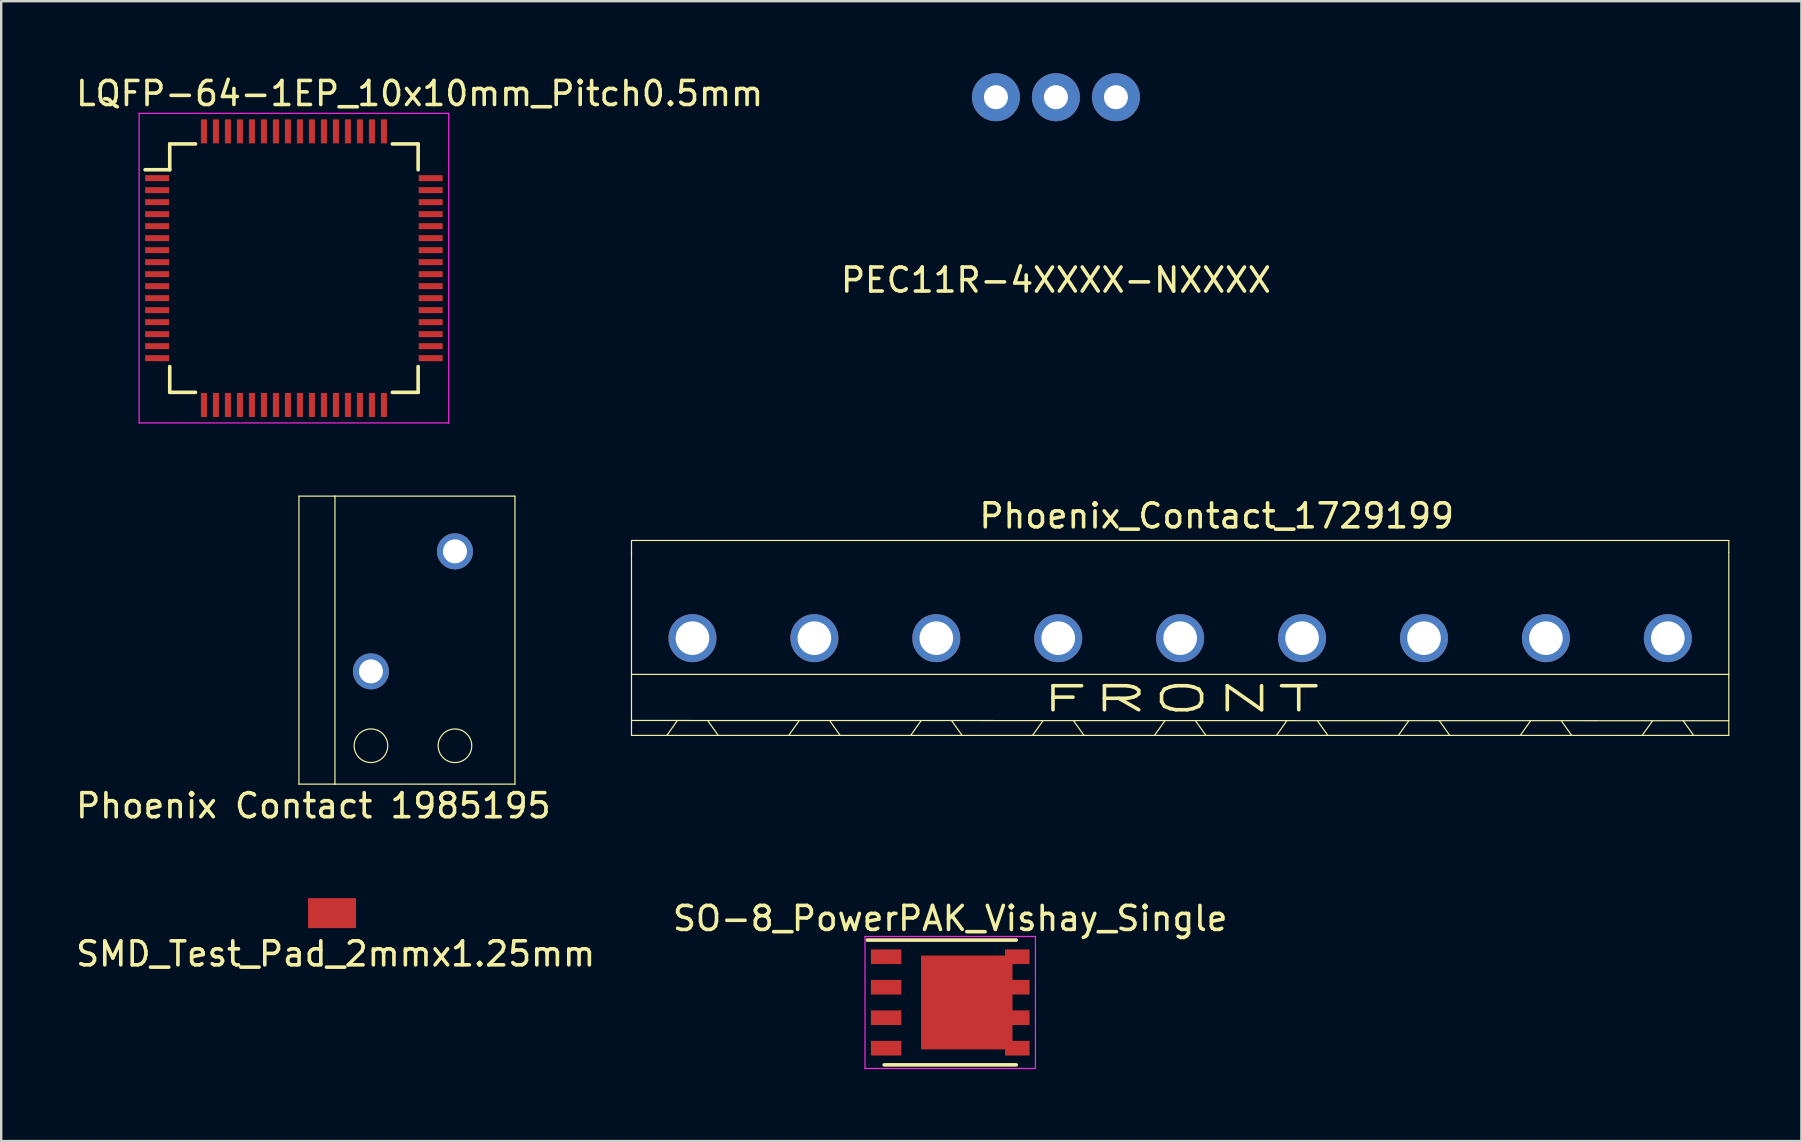
<source format=kicad_pcb>
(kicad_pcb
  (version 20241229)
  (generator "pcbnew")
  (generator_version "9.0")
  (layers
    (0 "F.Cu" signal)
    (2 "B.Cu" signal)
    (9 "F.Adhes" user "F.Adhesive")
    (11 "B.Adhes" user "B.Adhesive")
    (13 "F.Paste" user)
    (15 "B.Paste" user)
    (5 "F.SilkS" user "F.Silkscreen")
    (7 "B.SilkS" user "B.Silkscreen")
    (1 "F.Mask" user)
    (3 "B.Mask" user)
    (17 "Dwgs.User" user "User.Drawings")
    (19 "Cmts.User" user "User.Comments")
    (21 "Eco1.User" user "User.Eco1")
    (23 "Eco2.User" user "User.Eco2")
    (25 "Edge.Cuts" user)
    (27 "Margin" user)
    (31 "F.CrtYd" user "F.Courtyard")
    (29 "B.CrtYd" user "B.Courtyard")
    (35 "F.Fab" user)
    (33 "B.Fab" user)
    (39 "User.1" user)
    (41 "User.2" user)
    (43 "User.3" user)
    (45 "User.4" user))
  (footprint "LQFP-64-1EP_10x10mm_Pitch0.5mm"
    (layer "F.Cu")
    (at 9.197 8.123)
    (property "Reference" "LQFP-64-1EP_10x10mm_Pitch0.5mm" (at 5.237 -7.275 0) (layer "F.SilkS") (effects (font (size 1 1) (thickness 0.15))))
    (attr smd)
    (fp_line (start -5.175 -5.175) (end -5.175 -4.1) (stroke (width 0.15) (type solid)) (layer "F.SilkS"))
    (fp_line (start -5.175 -5.175) (end -4.1 -5.175) (stroke (width 0.15) (type solid)) (layer "F.SilkS"))
    (fp_line (start -5.175 -4.1) (end -6.2 -4.1) (stroke (width 0.15) (type solid)) (layer "F.SilkS"))
    (fp_line (start -5.175 5.175) (end -5.175 4.1) (stroke (width 0.15) (type solid)) (layer "F.SilkS"))
    (fp_line (start -5.175 5.175) (end -4.1 5.175) (stroke (width 0.15) (type solid)) (layer "F.SilkS"))
    (fp_line (start 5.175 -5.175) (end 4.1 -5.175) (stroke (width 0.15) (type solid)) (layer "F.SilkS"))
    (fp_line (start 5.175 -5.175) (end 5.175 -4.1) (stroke (width 0.15) (type solid)) (layer "F.SilkS"))
    (fp_line (start 5.175 5.175) (end 4.1 5.175) (stroke (width 0.15) (type solid)) (layer "F.SilkS"))
    (fp_line (start 5.175 5.175) (end 5.175 4.1) (stroke (width 0.15) (type solid)) (layer "F.SilkS"))
    (fp_line (start -6.45 -6.45) (end -6.45 6.45) (stroke (width 0.05) (type solid)) (layer "F.CrtYd"))
    (fp_line (start -6.45 -6.45) (end 6.45 -6.45) (stroke (width 0.05) (type solid)) (layer "F.CrtYd"))
    (fp_line (start -6.45 6.45) (end 6.45 6.45) (stroke (width 0.05) (type solid)) (layer "F.CrtYd"))
    (fp_line (start 6.45 -6.45) (end 6.45 6.45) (stroke (width 0.05) (type solid)) (layer "F.CrtYd"))
    (pad "1" smd rect (at -5.7 -3.75) (size 1 0.25) (layers "F.Cu" "F.Mask" "F.Paste"))
    (pad "2" smd rect (at -5.7 -3.25) (size 1 0.25) (layers "F.Cu" "F.Mask" "F.Paste"))
    (pad "3" smd rect (at -5.7 -2.75) (size 1 0.25) (layers "F.Cu" "F.Mask" "F.Paste"))
    (pad "4" smd rect (at -5.7 -2.25) (size 1 0.25) (layers "F.Cu" "F.Mask" "F.Paste"))
    (pad "5" smd rect (at -5.7 -1.75) (size 1 0.25) (layers "F.Cu" "F.Mask" "F.Paste"))
    (pad "6" smd rect (at -5.7 -1.25) (size 1 0.25) (layers "F.Cu" "F.Mask" "F.Paste"))
    (pad "7" smd rect (at -5.7 -0.75) (size 1 0.25) (layers "F.Cu" "F.Mask" "F.Paste"))
    (pad "8" smd rect (at -5.7 -0.25) (size 1 0.25) (layers "F.Cu" "F.Mask" "F.Paste"))
    (pad "9" smd rect (at -5.7 0.25) (size 1 0.25) (layers "F.Cu" "F.Mask" "F.Paste"))
    (pad "10" smd rect (at -5.7 0.75) (size 1 0.25) (layers "F.Cu" "F.Mask" "F.Paste"))
    (pad "11" smd rect (at -5.7 1.25) (size 1 0.25) (layers "F.Cu" "F.Mask" "F.Paste"))
    (pad "12" smd rect (at -5.7 1.75) (size 1 0.25) (layers "F.Cu" "F.Mask" "F.Paste"))
    (pad "13" smd rect (at -5.7 2.25) (size 1 0.25) (layers "F.Cu" "F.Mask" "F.Paste"))
    (pad "14" smd rect (at -5.7 2.75) (size 1 0.25) (layers "F.Cu" "F.Mask" "F.Paste"))
    (pad "15" smd rect (at -5.7 3.25) (size 1 0.25) (layers "F.Cu" "F.Mask" "F.Paste"))
    (pad "16" smd rect (at -5.7 3.75) (size 1 0.25) (layers "F.Cu" "F.Mask" "F.Paste"))
    (pad "17" smd rect (at -3.75 5.7 90) (size 1 0.25) (layers "F.Cu" "F.Mask" "F.Paste"))
    (pad "18" smd rect (at -3.25 5.7 90) (size 1 0.25) (layers "F.Cu" "F.Mask" "F.Paste"))
    (pad "19" smd rect (at -2.75 5.7 90) (size 1 0.25) (layers "F.Cu" "F.Mask" "F.Paste"))
    (pad "20" smd rect (at -2.25 5.7 90) (size 1 0.25) (layers "F.Cu" "F.Mask" "F.Paste"))
    (pad "21" smd rect (at -1.75 5.7 90) (size 1 0.25) (layers "F.Cu" "F.Mask" "F.Paste"))
    (pad "22" smd rect (at -1.25 5.7 90) (size 1 0.25) (layers "F.Cu" "F.Mask" "F.Paste"))
    (pad "23" smd rect (at -0.75 5.7 90) (size 1 0.25) (layers "F.Cu" "F.Mask" "F.Paste"))
    (pad "24" smd rect (at -0.25 5.7 90) (size 1 0.25) (layers "F.Cu" "F.Mask" "F.Paste"))
    (pad "25" smd rect (at 0.25 5.7 90) (size 1 0.25) (layers "F.Cu" "F.Mask" "F.Paste"))
    (pad "26" smd rect (at 0.75 5.7 90) (size 1 0.25) (layers "F.Cu" "F.Mask" "F.Paste"))
    (pad "27" smd rect (at 1.25 5.7 90) (size 1 0.25) (layers "F.Cu" "F.Mask" "F.Paste"))
    (pad "28" smd rect (at 1.75 5.7 90) (size 1 0.25) (layers "F.Cu" "F.Mask" "F.Paste"))
    (pad "29" smd rect (at 2.25 5.7 90) (size 1 0.25) (layers "F.Cu" "F.Mask" "F.Paste"))
    (pad "30" smd rect (at 2.75 5.7 90) (size 1 0.25) (layers "F.Cu" "F.Mask" "F.Paste"))
    (pad "31" smd rect (at 3.25 5.7 90) (size 1 0.25) (layers "F.Cu" "F.Mask" "F.Paste"))
    (pad "32" smd rect (at 3.75 5.7 90) (size 1 0.25) (layers "F.Cu" "F.Mask" "F.Paste"))
    (pad "33" smd rect (at 5.7 3.75) (size 1 0.25) (layers "F.Cu" "F.Mask" "F.Paste"))
    (pad "34" smd rect (at 5.7 3.25) (size 1 0.25) (layers "F.Cu" "F.Mask" "F.Paste"))
    (pad "35" smd rect (at 5.7 2.75) (size 1 0.25) (layers "F.Cu" "F.Mask" "F.Paste"))
    (pad "36" smd rect (at 5.7 2.25) (size 1 0.25) (layers "F.Cu" "F.Mask" "F.Paste"))
    (pad "37" smd rect (at 5.7 1.75) (size 1 0.25) (layers "F.Cu" "F.Mask" "F.Paste"))
    (pad "38" smd rect (at 5.7 1.25) (size 1 0.25) (layers "F.Cu" "F.Mask" "F.Paste"))
    (pad "39" smd rect (at 5.7 0.75) (size 1 0.25) (layers "F.Cu" "F.Mask" "F.Paste"))
    (pad "40" smd rect (at 5.7 0.25) (size 1 0.25) (layers "F.Cu" "F.Mask" "F.Paste"))
    (pad "41" smd rect (at 5.7 -0.25) (size 1 0.25) (layers "F.Cu" "F.Mask" "F.Paste"))
    (pad "42" smd rect (at 5.7 -0.75) (size 1 0.25) (layers "F.Cu" "F.Mask" "F.Paste"))
    (pad "43" smd rect (at 5.7 -1.25) (size 1 0.25) (layers "F.Cu" "F.Mask" "F.Paste"))
    (pad "44" smd rect (at 5.7 -1.75) (size 1 0.25) (layers "F.Cu" "F.Mask" "F.Paste"))
    (pad "45" smd rect (at 5.7 -2.25) (size 1 0.25) (layers "F.Cu" "F.Mask" "F.Paste"))
    (pad "46" smd rect (at 5.7 -2.75) (size 1 0.25) (layers "F.Cu" "F.Mask" "F.Paste"))
    (pad "47" smd rect (at 5.7 -3.25) (size 1 0.25) (layers "F.Cu" "F.Mask" "F.Paste"))
    (pad "48" smd rect (at 5.7 -3.75) (size 1 0.25) (layers "F.Cu" "F.Mask" "F.Paste"))
    (pad "49" smd rect (at 3.75 -5.7 90) (size 1 0.25) (layers "F.Cu" "F.Mask" "F.Paste"))
    (pad "50" smd rect (at 3.25 -5.7 90) (size 1 0.25) (layers "F.Cu" "F.Mask" "F.Paste"))
    (pad "51" smd rect (at 2.75 -5.7 90) (size 1 0.25) (layers "F.Cu" "F.Mask" "F.Paste"))
    (pad "52" smd rect (at 2.25 -5.7 90) (size 1 0.25) (layers "F.Cu" "F.Mask" "F.Paste"))
    (pad "53" smd rect (at 1.75 -5.7 90) (size 1 0.25) (layers "F.Cu" "F.Mask" "F.Paste"))
    (pad "54" smd rect (at 1.25 -5.7 90) (size 1 0.25) (layers "F.Cu" "F.Mask" "F.Paste"))
    (pad "55" smd rect (at 0.75 -5.7 90) (size 1 0.25) (layers "F.Cu" "F.Mask" "F.Paste"))
    (pad "56" smd rect (at 0.25 -5.7 90) (size 1 0.25) (layers "F.Cu" "F.Mask" "F.Paste"))
    (pad "57" smd rect (at -0.25 -5.7 90) (size 1 0.25) (layers "F.Cu" "F.Mask" "F.Paste"))
    (pad "58" smd rect (at -0.75 -5.7 90) (size 1 0.25) (layers "F.Cu" "F.Mask" "F.Paste"))
    (pad "59" smd rect (at -1.25 -5.7 90) (size 1 0.25) (layers "F.Cu" "F.Mask" "F.Paste"))
    (pad "60" smd rect (at -1.75 -5.7 90) (size 1 0.25) (layers "F.Cu" "F.Mask" "F.Paste"))
    (pad "61" smd rect (at -2.25 -5.7 90) (size 1 0.25) (layers "F.Cu" "F.Mask" "F.Paste"))
    (pad "62" smd rect (at -2.75 -5.7 90) (size 1 0.25) (layers "F.Cu" "F.Mask" "F.Paste"))
    (pad "63" smd rect (at -3.25 -5.7 90) (size 1 0.25) (layers "F.Cu" "F.Mask" "F.Paste"))
    (pad "64" smd rect (at -3.75 -5.7 90) (size 1 0.25) (layers "F.Cu" "F.Mask" "F.Paste")))
  (footprint "SO-8_PowerPAK_Vishay_Single"
    (layer "F.Cu")
    (at 36.542 38.719)
    (property "Reference" "SO-8_PowerPAK_Vishay_Single" (at 0 -3.5 0) (layer "F.SilkS") (effects (font (size 1 1) (thickness 0.15))))
    (attr smd)
    (fp_line (start -3.45 -2.6) (end 2.75 -2.6) (stroke (width 0.15) (type solid)) (layer "F.SilkS"))
    (fp_line (start -2.75 2.6) (end 2.75 2.6) (stroke (width 0.15) (type solid)) (layer "F.SilkS"))
    (fp_line (start -3.55 -2.75) (end -3.55 2.75) (stroke (width 0.05) (type solid)) (layer "F.CrtYd"))
    (fp_line (start -3.55 -2.75) (end 3.55 -2.75) (stroke (width 0.05) (type solid)) (layer "F.CrtYd"))
    (fp_line (start -3.55 2.75) (end 3.55 2.75) (stroke (width 0.05) (type solid)) (layer "F.CrtYd"))
    (fp_line (start 3.55 -2.75) (end 3.55 2.75) (stroke (width 0.05) (type solid)) (layer "F.CrtYd"))
    (pad "1" smd rect (at -2.67 -1.905) (size 1.27 0.61) (layers "F.Cu" "F.Mask" "F.Paste"))
    (pad "1" smd rect (at -2.67 -0.635) (size 1.27 0.61) (layers "F.Cu" "F.Mask" "F.Paste"))
    (pad "1" smd rect (at -2.67 0.635) (size 1.27 0.61) (layers "F.Cu" "F.Mask" "F.Paste"))
    (pad "4" smd rect (at -2.67 1.905) (size 1.27 0.61) (layers "F.Cu" "F.Mask" "F.Paste"))
    (pad "5" smd rect (at 0.69 0) (size 3.81 3.91) (layers "F.Cu" "F.Mask" "F.Paste"))
    (pad "5" smd rect (at 2.795 -1.905) (size 1.02 0.61) (layers "F.Cu" "F.Mask" "F.Paste"))
    (pad "5" smd rect (at 2.795 -0.635) (size 1.02 0.61) (layers "F.Cu" "F.Mask" "F.Paste"))
    (pad "5" smd rect (at 2.795 0.635) (size 1.02 0.61) (layers "F.Cu" "F.Mask" "F.Paste"))
    (pad "5" smd rect (at 2.795 1.905) (size 1.02 0.61) (layers "F.Cu" "F.Mask" "F.Paste")))
  (footprint "SMD_Test_Pad_2mmx1.25mm"
    (layer "F.Cu")
    (at 10.785 34.996)
    (property "Reference" "SMD_Test_Pad_2mmx1.25mm" (at 0.15 1.7 0) (layer "F.SilkS") (effects (font (size 1 1) (thickness 0.15))))
    (attr through_hole)
    (pad "1" smd rect (at 0 0) (size 2 1.25) (layers "F.Cu" "F.Mask" "F.Paste")))
  (footprint "PEC11R-4XXXX-NXXXX"
    (layer "F.Cu")
    (at 40.946 1)
    (property "Reference" "PEC11R-4XXXX-NXXXX" (at 0 7.62 0) (layer "F.SilkS") (effects (font (size 1 1) (thickness 0.15))))
    (attr through_hole)
    (pad "1" thru_hole circle (at -2.5 0) (size 2 2) (drill 1) (layers "*.Cu" "*.Mask"))
    (pad "2" thru_hole circle (at 0 0) (size 2 2) (drill 1) (layers "*.Cu" "*.Mask"))
    (pad "3" thru_hole circle (at 2.5 0) (size 2 2) (drill 1) (layers "*.Cu" "*.Mask")))
  (footprint "Phoenix Contact 1985195"
    (layer "F.Cu")
    (at 12.406 24.923)
    (property "Reference" "Phoenix Contact 1985195" (at -2.4 5.6 0) (layer "F.SilkS") (effects (font (size 1 1) (thickness 0.15))))
    (attr through_hole)
    (fp_line (start -3 -7.3) (end -1.5 -7.3) (stroke (width 0.05) (type solid)) (layer "F.SilkS"))
    (fp_line (start -3 4.7) (end -3 -7.3) (stroke (width 0.05) (type solid)) (layer "F.SilkS"))
    (fp_line (start -1.5 -7.3) (end -1.5 4.7) (stroke (width 0.05) (type solid)) (layer "F.SilkS"))
    (fp_line (start -1.5 4.7) (end -3 4.7) (stroke (width 0.05) (type solid)) (layer "F.SilkS"))
    (fp_line (start 6 -7.3) (end -1.5 -7.3) (stroke (width 0.05) (type solid)) (layer "F.SilkS"))
    (fp_line (start 6 -7.3) (end 6 4.7) (stroke (width 0.05) (type solid)) (layer "F.SilkS"))
    (fp_line (start 6 4.7) (end -1.5 4.7) (stroke (width 0.05) (type solid)) (layer "F.SilkS"))
    (fp_circle (center 0 3.1) (end 0.7 3.1) (stroke (width 0.05) (type solid)) (fill no) (layer "F.SilkS"))
    (fp_circle (center 3.5 3.1) (end 4.2 3.1) (stroke (width 0.05) (type solid)) (fill no) (layer "F.SilkS"))
    (pad "1" thru_hole circle (at 0 0) (size 1.5 1.5) (drill 1) (layers "*.Cu" "*.Mask"))
    (pad "2" thru_hole circle (at 3.5 -5) (size 1.5 1.5) (drill 1) (layers "*.Cu" "*.Mask")))
  (footprint "Phoenix_Contact_1729199"
    (layer "F.Cu")
    (at 23.262 27.59)
    (property "Reference" "Phoenix_Contact_1729199" (at 24.384 -9.144 0) (layer "F.SilkS") (effects (font (size 1 1) (thickness 0.15))))
    (attr through_hole)
    (fp_line (start 0 -8.1) (end 0 -7.6) (stroke (width 0.05) (type solid)) (layer "F.SilkS"))
    (fp_line (start 0 -7.62) (end 0 0) (stroke (width 0.05) (type solid)) (layer "F.SilkS"))
    (fp_line (start 0 -2.54) (end 45.72 -2.54) (stroke (width 0.05) (type solid)) (layer "F.SilkS"))
    (fp_line (start 0 -0.62) (end 45.72 -0.61) (stroke (width 0.05) (type solid)) (layer "F.SilkS"))
    (fp_line (start 0 0) (end 45.72 0) (stroke (width 0.05) (type solid)) (layer "F.SilkS"))
    (fp_line (start 1.905 -0.61) (end 1.473 0) (stroke (width 0.05) (type solid)) (layer "F.SilkS"))
    (fp_line (start 3.607 -0.008) (end 3.175 -0.617) (stroke (width 0.05) (type solid)) (layer "F.SilkS"))
    (fp_line (start 6.985 -0.61) (end 6.553 0) (stroke (width 0.05) (type solid)) (layer "F.SilkS"))
    (fp_line (start 8.687 -0.008) (end 8.255 -0.617) (stroke (width 0.05) (type solid)) (layer "F.SilkS"))
    (fp_line (start 12.065 -0.61) (end 11.633 0) (stroke (width 0.05) (type solid)) (layer "F.SilkS"))
    (fp_line (start 13.767 -0.008) (end 13.335 -0.617) (stroke (width 0.05) (type solid)) (layer "F.SilkS"))
    (fp_line (start 17.145 -0.61) (end 16.713 0) (stroke (width 0.05) (type solid)) (layer "F.SilkS"))
    (fp_line (start 18.847 -0.008) (end 18.415 -0.617) (stroke (width 0.05) (type solid)) (layer "F.SilkS"))
    (fp_line (start 22.225 -0.61) (end 21.793 0) (stroke (width 0.05) (type solid)) (layer "F.SilkS"))
    (fp_line (start 23.927 -0.008) (end 23.495 -0.617) (stroke (width 0.05) (type solid)) (layer "F.SilkS"))
    (fp_line (start 27.305 -0.61) (end 26.873 0) (stroke (width 0.05) (type solid)) (layer "F.SilkS"))
    (fp_line (start 29.007 -0.008) (end 28.575 -0.617) (stroke (width 0.05) (type solid)) (layer "F.SilkS"))
    (fp_line (start 32.385 -0.61) (end 31.953 0) (stroke (width 0.05) (type solid)) (layer "F.SilkS"))
    (fp_line (start 34.087 -0.008) (end 33.655 -0.617) (stroke (width 0.05) (type solid)) (layer "F.SilkS"))
    (fp_line (start 37.465 -0.61) (end 37.033 0) (stroke (width 0.05) (type solid)) (layer "F.SilkS"))
    (fp_line (start 39.167 -0.008) (end 38.735 -0.617) (stroke (width 0.05) (type solid)) (layer "F.SilkS"))
    (fp_line (start 42.545 -0.61) (end 42.113 0) (stroke (width 0.05) (type solid)) (layer "F.SilkS"))
    (fp_line (start 44.247 -0.008) (end 43.815 -0.617) (stroke (width 0.05) (type solid)) (layer "F.SilkS"))
    (fp_line (start 45.72 -8.12) (end 0 -8.12) (stroke (width 0.05) (type solid)) (layer "F.SilkS"))
    (fp_line (start 45.72 -7.63) (end 45.72 -8.12) (stroke (width 0.05) (type solid)) (layer "F.SilkS"))
    (fp_line (start 45.72 0) (end 45.72 -7.62) (stroke (width 0.05) (type solid)) (layer "F.SilkS"))
    (fp_text user "FRONT" (at 22.86 -1.524 0) (layer "F.SilkS") (effects (font (size 1 2.5) (thickness 0.15))))
    (pad "1" thru_hole circle (at 2.54 -4.05) (size 2 2) (drill 1.4) (layers "*.Cu" "*.Mask"))
    (pad "2" thru_hole circle (at 7.62 -4.05) (size 2 2) (drill 1.4) (layers "*.Cu" "*.Mask"))
    (pad "3" thru_hole circle (at 12.7 -4.05) (size 2 2) (drill 1.4) (layers "*.Cu" "*.Mask"))
    (pad "4" thru_hole circle (at 17.78 -4.05) (size 2 2) (drill 1.4) (layers "*.Cu" "*.Mask"))
    (pad "5" thru_hole circle (at 22.86 -4.05) (size 2 2) (drill 1.4) (layers "*.Cu" "*.Mask"))
    (pad "6" thru_hole circle (at 27.94 -4.05) (size 2 2) (drill 1.4) (layers "*.Cu" "*.Mask"))
    (pad "7" thru_hole circle (at 33.02 -4.05) (size 2 2) (drill 1.4) (layers "*.Cu" "*.Mask"))
    (pad "8" thru_hole circle (at 38.1 -4.05) (size 2 2) (drill 1.4) (layers "*.Cu" "*.Mask"))
    (pad "9" thru_hole circle (at 43.18 -4.05) (size 2 2) (drill 1.4) (layers "*.Cu" "*.Mask")))
  (gr_rect
    (start -3 -3)
    (end 72.007 44.494)
    (stroke (width 0.1) (type default))
    (fill no)
    (layer "Edge.Cuts")))
</source>
